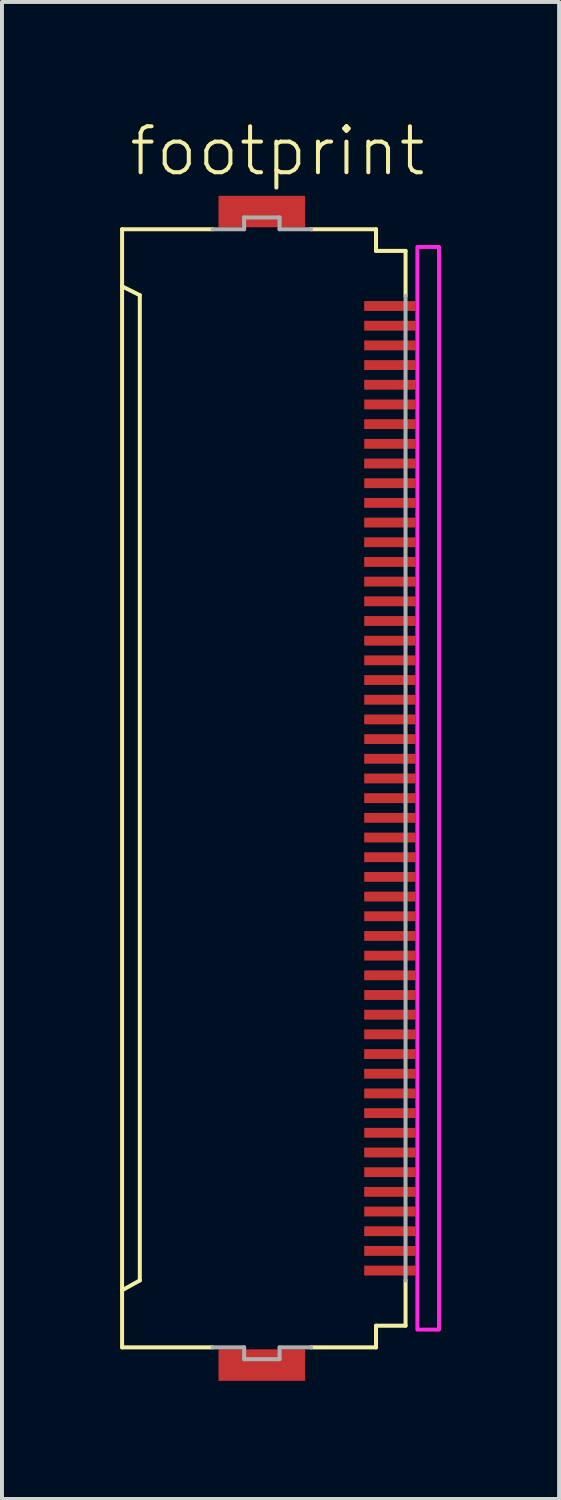
<source format=kicad_pcb>
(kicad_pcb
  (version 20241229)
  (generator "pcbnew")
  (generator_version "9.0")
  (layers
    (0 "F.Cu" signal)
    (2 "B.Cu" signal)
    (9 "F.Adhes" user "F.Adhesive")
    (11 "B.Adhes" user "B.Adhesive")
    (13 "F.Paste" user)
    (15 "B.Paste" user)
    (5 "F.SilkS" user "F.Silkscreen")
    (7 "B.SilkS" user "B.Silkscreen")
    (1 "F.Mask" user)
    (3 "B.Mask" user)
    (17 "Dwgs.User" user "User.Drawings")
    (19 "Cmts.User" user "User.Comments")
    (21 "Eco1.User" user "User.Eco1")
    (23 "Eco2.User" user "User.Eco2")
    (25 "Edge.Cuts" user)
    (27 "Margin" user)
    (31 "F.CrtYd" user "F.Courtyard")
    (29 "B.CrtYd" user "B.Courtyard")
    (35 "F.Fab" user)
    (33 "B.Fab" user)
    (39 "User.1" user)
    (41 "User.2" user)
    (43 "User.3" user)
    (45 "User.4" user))
  (footprint "footprint"
    (layer "F.Cu")
    (at 3.676 16.973)
    (property "Reference" "footprint" (at -3.5 -15.5 0) (layer "F.SilkS") (effects (font (size 1.168 1.168) (thickness 0.102)) (justify left bottom)))
    (fp_poly (pts (xy 2.475 -12.075) (xy 3.875 -12.075) (xy 3.875 -12.425) (xy 2.475 -12.425)) (stroke (width 0) (type solid)) (fill yes) (layer "F.Mask"))
    (fp_poly (pts (xy 2.475 -11.575) (xy 3.875 -11.575) (xy 3.875 -11.925) (xy 2.475 -11.925)) (stroke (width 0) (type solid)) (fill yes) (layer "F.Mask"))
    (fp_poly (pts (xy 2.475 -11.075) (xy 3.875 -11.075) (xy 3.875 -11.425) (xy 2.475 -11.425)) (stroke (width 0) (type solid)) (fill yes) (layer "F.Mask"))
    (fp_poly (pts (xy 2.475 -10.575) (xy 3.875 -10.575) (xy 3.875 -10.925) (xy 2.475 -10.925)) (stroke (width 0) (type solid)) (fill yes) (layer "F.Mask"))
    (fp_poly (pts (xy 2.475 -10.075) (xy 3.875 -10.075) (xy 3.875 -10.425) (xy 2.475 -10.425)) (stroke (width 0) (type solid)) (fill yes) (layer "F.Mask"))
    (fp_poly (pts (xy 2.475 -9.575) (xy 3.875 -9.575) (xy 3.875 -9.925) (xy 2.475 -9.925)) (stroke (width 0) (type solid)) (fill yes) (layer "F.Mask"))
    (fp_poly (pts (xy 2.475 -9.075) (xy 3.875 -9.075) (xy 3.875 -9.425) (xy 2.475 -9.425)) (stroke (width 0) (type solid)) (fill yes) (layer "F.Mask"))
    (fp_poly (pts (xy 2.475 -8.575) (xy 3.875 -8.575) (xy 3.875 -8.925) (xy 2.475 -8.925)) (stroke (width 0) (type solid)) (fill yes) (layer "F.Mask"))
    (fp_poly (pts (xy 2.475 -8.075) (xy 3.875 -8.075) (xy 3.875 -8.425) (xy 2.475 -8.425)) (stroke (width 0) (type solid)) (fill yes) (layer "F.Mask"))
    (fp_poly (pts (xy 2.475 -7.575) (xy 3.875 -7.575) (xy 3.875 -7.925) (xy 2.475 -7.925)) (stroke (width 0) (type solid)) (fill yes) (layer "F.Mask"))
    (fp_poly (pts (xy 2.475 -7.075) (xy 3.875 -7.075) (xy 3.875 -7.425) (xy 2.475 -7.425)) (stroke (width 0) (type solid)) (fill yes) (layer "F.Mask"))
    (fp_poly (pts (xy 2.475 -6.575) (xy 3.875 -6.575) (xy 3.875 -6.925) (xy 2.475 -6.925)) (stroke (width 0) (type solid)) (fill yes) (layer "F.Mask"))
    (fp_poly (pts (xy 2.475 -6.075) (xy 3.875 -6.075) (xy 3.875 -6.425) (xy 2.475 -6.425)) (stroke (width 0) (type solid)) (fill yes) (layer "F.Mask"))
    (fp_poly (pts (xy 2.475 -5.575) (xy 3.875 -5.575) (xy 3.875 -5.925) (xy 2.475 -5.925)) (stroke (width 0) (type solid)) (fill yes) (layer "F.Mask"))
    (fp_poly (pts (xy 2.475 -5.075) (xy 3.875 -5.075) (xy 3.875 -5.425) (xy 2.475 -5.425)) (stroke (width 0) (type solid)) (fill yes) (layer "F.Mask"))
    (fp_poly (pts (xy 2.475 -4.575) (xy 3.875 -4.575) (xy 3.875 -4.925) (xy 2.475 -4.925)) (stroke (width 0) (type solid)) (fill yes) (layer "F.Mask"))
    (fp_poly (pts (xy 2.475 -4.075) (xy 3.875 -4.075) (xy 3.875 -4.425) (xy 2.475 -4.425)) (stroke (width 0) (type solid)) (fill yes) (layer "F.Mask"))
    (fp_poly (pts (xy 2.475 -3.575) (xy 3.875 -3.575) (xy 3.875 -3.925) (xy 2.475 -3.925)) (stroke (width 0) (type solid)) (fill yes) (layer "F.Mask"))
    (fp_poly (pts (xy 2.475 -3.075) (xy 3.875 -3.075) (xy 3.875 -3.425) (xy 2.475 -3.425)) (stroke (width 0) (type solid)) (fill yes) (layer "F.Mask"))
    (fp_poly (pts (xy 2.475 -2.575) (xy 3.875 -2.575) (xy 3.875 -2.925) (xy 2.475 -2.925)) (stroke (width 0) (type solid)) (fill yes) (layer "F.Mask"))
    (fp_poly (pts (xy 2.475 -2.075) (xy 3.875 -2.075) (xy 3.875 -2.425) (xy 2.475 -2.425)) (stroke (width 0) (type solid)) (fill yes) (layer "F.Mask"))
    (fp_poly (pts (xy 2.475 -1.575) (xy 3.875 -1.575) (xy 3.875 -1.925) (xy 2.475 -1.925)) (stroke (width 0) (type solid)) (fill yes) (layer "F.Mask"))
    (fp_poly (pts (xy 2.475 -1.075) (xy 3.875 -1.075) (xy 3.875 -1.425) (xy 2.475 -1.425)) (stroke (width 0) (type solid)) (fill yes) (layer "F.Mask"))
    (fp_poly (pts (xy 2.475 -0.575) (xy 3.875 -0.575) (xy 3.875 -0.925) (xy 2.475 -0.925)) (stroke (width 0) (type solid)) (fill yes) (layer "F.Mask"))
    (fp_poly (pts (xy 2.475 -0.075) (xy 3.875 -0.075) (xy 3.875 -0.425) (xy 2.475 -0.425)) (stroke (width 0) (type solid)) (fill yes) (layer "F.Mask"))
    (fp_poly (pts (xy 2.475 0.425) (xy 3.875 0.425) (xy 3.875 0.075) (xy 2.475 0.075)) (stroke (width 0) (type solid)) (fill yes) (layer "F.Mask"))
    (fp_poly (pts (xy 2.475 0.925) (xy 3.875 0.925) (xy 3.875 0.575) (xy 2.475 0.575)) (stroke (width 0) (type solid)) (fill yes) (layer "F.Mask"))
    (fp_poly (pts (xy 2.475 1.425) (xy 3.875 1.425) (xy 3.875 1.075) (xy 2.475 1.075)) (stroke (width 0) (type solid)) (fill yes) (layer "F.Mask"))
    (fp_poly (pts (xy 2.475 1.925) (xy 3.875 1.925) (xy 3.875 1.575) (xy 2.475 1.575)) (stroke (width 0) (type solid)) (fill yes) (layer "F.Mask"))
    (fp_poly (pts (xy 2.475 2.425) (xy 3.875 2.425) (xy 3.875 2.075) (xy 2.475 2.075)) (stroke (width 0) (type solid)) (fill yes) (layer "F.Mask"))
    (fp_poly (pts (xy 2.475 2.925) (xy 3.875 2.925) (xy 3.875 2.575) (xy 2.475 2.575)) (stroke (width 0) (type solid)) (fill yes) (layer "F.Mask"))
    (fp_poly (pts (xy 2.475 3.425) (xy 3.875 3.425) (xy 3.875 3.075) (xy 2.475 3.075)) (stroke (width 0) (type solid)) (fill yes) (layer "F.Mask"))
    (fp_poly (pts (xy 2.475 3.925) (xy 3.875 3.925) (xy 3.875 3.575) (xy 2.475 3.575)) (stroke (width 0) (type solid)) (fill yes) (layer "F.Mask"))
    (fp_poly (pts (xy 2.475 4.425) (xy 3.875 4.425) (xy 3.875 4.075) (xy 2.475 4.075)) (stroke (width 0) (type solid)) (fill yes) (layer "F.Mask"))
    (fp_poly (pts (xy 2.475 4.925) (xy 3.875 4.925) (xy 3.875 4.575) (xy 2.475 4.575)) (stroke (width 0) (type solid)) (fill yes) (layer "F.Mask"))
    (fp_poly (pts (xy 2.475 5.425) (xy 3.875 5.425) (xy 3.875 5.075) (xy 2.475 5.075)) (stroke (width 0) (type solid)) (fill yes) (layer "F.Mask"))
    (fp_poly (pts (xy 2.475 5.925) (xy 3.875 5.925) (xy 3.875 5.575) (xy 2.475 5.575)) (stroke (width 0) (type solid)) (fill yes) (layer "F.Mask"))
    (fp_poly (pts (xy 2.475 6.425) (xy 3.875 6.425) (xy 3.875 6.075) (xy 2.475 6.075)) (stroke (width 0) (type solid)) (fill yes) (layer "F.Mask"))
    (fp_poly (pts (xy 2.475 6.925) (xy 3.875 6.925) (xy 3.875 6.575) (xy 2.475 6.575)) (stroke (width 0) (type solid)) (fill yes) (layer "F.Mask"))
    (fp_poly (pts (xy 2.475 7.425) (xy 3.875 7.425) (xy 3.875 7.075) (xy 2.475 7.075)) (stroke (width 0) (type solid)) (fill yes) (layer "F.Mask"))
    (fp_poly (pts (xy 2.475 7.925) (xy 3.875 7.925) (xy 3.875 7.575) (xy 2.475 7.575)) (stroke (width 0) (type solid)) (fill yes) (layer "F.Mask"))
    (fp_poly (pts (xy 2.475 8.425) (xy 3.875 8.425) (xy 3.875 8.075) (xy 2.475 8.075)) (stroke (width 0) (type solid)) (fill yes) (layer "F.Mask"))
    (fp_poly (pts (xy 2.475 8.925) (xy 3.875 8.925) (xy 3.875 8.575) (xy 2.475 8.575)) (stroke (width 0) (type solid)) (fill yes) (layer "F.Mask"))
    (fp_poly (pts (xy 2.475 9.425) (xy 3.875 9.425) (xy 3.875 9.075) (xy 2.475 9.075)) (stroke (width 0) (type solid)) (fill yes) (layer "F.Mask"))
    (fp_poly (pts (xy 2.475 9.925) (xy 3.875 9.925) (xy 3.875 9.575) (xy 2.475 9.575)) (stroke (width 0) (type solid)) (fill yes) (layer "F.Mask"))
    (fp_poly (pts (xy 2.475 10.425) (xy 3.875 10.425) (xy 3.875 10.075) (xy 2.475 10.075)) (stroke (width 0) (type solid)) (fill yes) (layer "F.Mask"))
    (fp_poly (pts (xy 2.475 10.925) (xy 3.875 10.925) (xy 3.875 10.575) (xy 2.475 10.575)) (stroke (width 0) (type solid)) (fill yes) (layer "F.Mask"))
    (fp_poly (pts (xy 2.475 11.425) (xy 3.875 11.425) (xy 3.875 11.075) (xy 2.475 11.075)) (stroke (width 0) (type solid)) (fill yes) (layer "F.Mask"))
    (fp_poly (pts (xy 2.475 11.925) (xy 3.875 11.925) (xy 3.875 11.575) (xy 2.475 11.575)) (stroke (width 0) (type solid)) (fill yes) (layer "F.Mask"))
    (fp_poly (pts (xy 2.475 12.425) (xy 3.875 12.425) (xy 3.875 12.075) (xy 2.475 12.075)) (stroke (width 0) (type solid)) (fill yes) (layer "F.Mask"))
    (fp_line (start -3.625 -14.2) (end -1.325 -14.2) (stroke (width 0.102) (type solid)) (layer "F.SilkS"))
    (fp_line (start -3.625 -12.75) (end -3.625 -14.2) (stroke (width 0.102) (type solid)) (layer "F.SilkS"))
    (fp_line (start -3.625 -12.75) (end -3.625 12.75) (stroke (width 0.102) (type solid)) (layer "F.SilkS"))
    (fp_line (start -3.625 12.75) (end -3.175 12.5) (stroke (width 0.102) (type solid)) (layer "F.SilkS"))
    (fp_line (start -3.625 14.2) (end -3.625 12.75) (stroke (width 0.102) (type solid)) (layer "F.SilkS"))
    (fp_line (start -3.175 -12.525) (end -3.625 -12.75) (stroke (width 0.102) (type solid)) (layer "F.SilkS"))
    (fp_line (start -3.175 12.5) (end -3.175 -12.525) (stroke (width 0.102) (type solid)) (layer "F.SilkS"))
    (fp_line (start -1.325 14.2) (end -3.625 14.2) (stroke (width 0.102) (type solid)) (layer "F.SilkS"))
    (fp_line (start 1.175 -14.2) (end 2.825 -14.2) (stroke (width 0.102) (type solid)) (layer "F.SilkS"))
    (fp_line (start 1.175 14.2) (end 2.825 14.2) (stroke (width 0.102) (type solid)) (layer "F.SilkS"))
    (fp_line (start 2.825 -14.2) (end 2.825 -13.65) (stroke (width 0.102) (type solid)) (layer "F.SilkS"))
    (fp_line (start 2.825 -13.65) (end 3.575 -13.65) (stroke (width 0.102) (type solid)) (layer "F.SilkS"))
    (fp_line (start 2.825 13.65) (end 2.825 14.2) (stroke (width 0.102) (type solid)) (layer "F.SilkS"))
    (fp_line (start 2.825 13.65) (end 3.575 13.65) (stroke (width 0.102) (type solid)) (layer "F.SilkS"))
    (fp_line (start 3.575 -13.65) (end 3.575 -12.5) (stroke (width 0.102) (type solid)) (layer "F.SilkS"))
    (fp_line (start 3.575 12.5) (end 3.575 13.65) (stroke (width 0.102) (type solid)) (layer "F.SilkS"))
    (fp_poly (pts (xy 3.875 13.75) (xy 4.425 13.75) (xy 4.425 -13.75) (xy 3.875 -13.75)) (stroke (width 0.1) (type solid)) (fill no) (layer "F.CrtYd"))
    (fp_line (start -1.325 -14.2) (end -0.525 -14.2) (stroke (width 0.102) (type solid)) (layer "F.Fab"))
    (fp_line (start -0.525 -14.5) (end 0.375 -14.5) (stroke (width 0.102) (type solid)) (layer "F.Fab"))
    (fp_line (start -0.525 -14.2) (end -0.525 -14.5) (stroke (width 0.102) (type solid)) (layer "F.Fab"))
    (fp_line (start -0.525 14.2) (end -1.325 14.2) (stroke (width 0.102) (type solid)) (layer "F.Fab"))
    (fp_line (start -0.525 14.5) (end -0.525 14.2) (stroke (width 0.102) (type solid)) (layer "F.Fab"))
    (fp_line (start 0.375 -14.5) (end 0.375 -14.2) (stroke (width 0.102) (type solid)) (layer "F.Fab"))
    (fp_line (start 0.375 -14.2) (end 1.175 -14.2) (stroke (width 0.102) (type solid)) (layer "F.Fab"))
    (fp_line (start 0.375 14.2) (end 0.375 14.5) (stroke (width 0.102) (type solid)) (layer "F.Fab"))
    (fp_line (start 0.375 14.5) (end -0.525 14.5) (stroke (width 0.102) (type solid)) (layer "F.Fab"))
    (fp_line (start 1.175 14.2) (end 0.375 14.2) (stroke (width 0.102) (type solid)) (layer "F.Fab"))
    (fp_line (start 3.575 -12.5) (end 3.575 12.5) (stroke (width 0.102) (type solid)) (layer "F.Fab"))
    (pad "1" smd rect (at 3.175 -12.25) (size 1.3 0.25) (layers "F.Cu" "F.Paste"))
    (pad "2" smd rect (at 3.175 -11.75) (size 1.3 0.25) (layers "F.Cu" "F.Paste"))
    (pad "3" smd rect (at 3.175 -11.25) (size 1.3 0.25) (layers "F.Cu" "F.Paste"))
    (pad "4" smd rect (at 3.175 -10.75) (size 1.3 0.25) (layers "F.Cu" "F.Paste"))
    (pad "5" smd rect (at 3.175 -10.25) (size 1.3 0.25) (layers "F.Cu" "F.Paste"))
    (pad "6" smd rect (at 3.175 -9.75) (size 1.3 0.25) (layers "F.Cu" "F.Paste"))
    (pad "7" smd rect (at 3.175 -9.25) (size 1.3 0.25) (layers "F.Cu" "F.Paste"))
    (pad "8" smd rect (at 3.175 -8.75) (size 1.3 0.25) (layers "F.Cu" "F.Paste"))
    (pad "9" smd rect (at 3.175 -8.25) (size 1.3 0.25) (layers "F.Cu" "F.Paste"))
    (pad "10" smd rect (at 3.175 -7.75) (size 1.3 0.25) (layers "F.Cu" "F.Paste"))
    (pad "11" smd rect (at 3.175 -7.25) (size 1.3 0.25) (layers "F.Cu" "F.Paste"))
    (pad "12" smd rect (at 3.175 -6.75) (size 1.3 0.25) (layers "F.Cu" "F.Paste"))
    (pad "13" smd rect (at 3.175 -6.25) (size 1.3 0.25) (layers "F.Cu" "F.Paste"))
    (pad "14" smd rect (at 3.175 -5.75) (size 1.3 0.25) (layers "F.Cu" "F.Paste"))
    (pad "15" smd rect (at 3.175 -5.25) (size 1.3 0.25) (layers "F.Cu" "F.Paste"))
    (pad "16" smd rect (at 3.175 -4.75) (size 1.3 0.25) (layers "F.Cu" "F.Paste"))
    (pad "17" smd rect (at 3.175 -4.25) (size 1.3 0.25) (layers "F.Cu" "F.Paste"))
    (pad "18" smd rect (at 3.175 -3.75) (size 1.3 0.25) (layers "F.Cu" "F.Paste"))
    (pad "19" smd rect (at 3.175 -3.25) (size 1.3 0.25) (layers "F.Cu" "F.Paste"))
    (pad "20" smd rect (at 3.175 -2.75) (size 1.3 0.25) (layers "F.Cu" "F.Paste"))
    (pad "21" smd rect (at 3.175 -2.25) (size 1.3 0.25) (layers "F.Cu" "F.Paste"))
    (pad "22" smd rect (at 3.175 -1.75) (size 1.3 0.25) (layers "F.Cu" "F.Paste"))
    (pad "23" smd rect (at 3.175 -1.25) (size 1.3 0.25) (layers "F.Cu" "F.Paste"))
    (pad "24" smd rect (at 3.175 -0.75) (size 1.3 0.25) (layers "F.Cu" "F.Paste"))
    (pad "25" smd rect (at 3.175 -0.25) (size 1.3 0.25) (layers "F.Cu" "F.Paste"))
    (pad "26" smd rect (at 3.175 0.25) (size 1.3 0.25) (layers "F.Cu" "F.Paste"))
    (pad "27" smd rect (at 3.175 0.75) (size 1.3 0.25) (layers "F.Cu" "F.Paste"))
    (pad "28" smd rect (at 3.175 1.25) (size 1.3 0.25) (layers "F.Cu" "F.Paste"))
    (pad "29" smd rect (at 3.175 1.75) (size 1.3 0.25) (layers "F.Cu" "F.Paste"))
    (pad "30" smd rect (at 3.175 2.25) (size 1.3 0.25) (layers "F.Cu" "F.Paste"))
    (pad "31" smd rect (at 3.175 2.75) (size 1.3 0.25) (layers "F.Cu" "F.Paste"))
    (pad "32" smd rect (at 3.175 3.25) (size 1.3 0.25) (layers "F.Cu" "F.Paste"))
    (pad "33" smd rect (at 3.175 3.75) (size 1.3 0.25) (layers "F.Cu" "F.Paste"))
    (pad "34" smd rect (at 3.175 4.25) (size 1.3 0.25) (layers "F.Cu" "F.Paste"))
    (pad "35" smd rect (at 3.175 4.75) (size 1.3 0.25) (layers "F.Cu" "F.Paste"))
    (pad "36" smd rect (at 3.175 5.25) (size 1.3 0.25) (layers "F.Cu" "F.Paste"))
    (pad "37" smd rect (at 3.175 5.75) (size 1.3 0.25) (layers "F.Cu" "F.Paste"))
    (pad "38" smd rect (at 3.175 6.25) (size 1.3 0.25) (layers "F.Cu" "F.Paste"))
    (pad "39" smd rect (at 3.175 6.75) (size 1.3 0.25) (layers "F.Cu" "F.Paste"))
    (pad "40" smd rect (at 3.175 7.25) (size 1.3 0.25) (layers "F.Cu" "F.Paste"))
    (pad "41" smd rect (at 3.175 7.75) (size 1.3 0.25) (layers "F.Cu" "F.Paste"))
    (pad "42" smd rect (at 3.175 8.25) (size 1.3 0.25) (layers "F.Cu" "F.Paste"))
    (pad "43" smd rect (at 3.175 8.75) (size 1.3 0.25) (layers "F.Cu" "F.Paste"))
    (pad "44" smd rect (at 3.175 9.25) (size 1.3 0.25) (layers "F.Cu" "F.Paste"))
    (pad "45" smd rect (at 3.175 9.75) (size 1.3 0.25) (layers "F.Cu" "F.Paste"))
    (pad "46" smd rect (at 3.175 10.25) (size 1.3 0.25) (layers "F.Cu" "F.Paste"))
    (pad "47" smd rect (at 3.175 10.75) (size 1.3 0.25) (layers "F.Cu" "F.Paste"))
    (pad "48" smd rect (at 3.175 11.25) (size 1.3 0.25) (layers "F.Cu" "F.Paste"))
    (pad "49" smd rect (at 3.175 11.75) (size 1.3 0.25) (layers "F.Cu" "F.Paste"))
    (pad "50" smd rect (at 3.175 12.25) (size 1.3 0.25) (layers "F.Cu" "F.Paste"))
    (pad "M1" smd rect (at -0.075 -14.65) (size 2.2 0.8) (layers "F.Cu" "F.Mask" "F.Paste"))
    (pad "M2" smd rect (at -0.075 14.65) (size 2.2 0.8) (layers "F.Cu" "F.Mask" "F.Paste"))
    (zone (net_name "") (layers "F.Cu" "B.Cu") (hatch edge 0.508) (connect_pads) (min_thickness 0.254) (filled_areas_thickness no) (keepout (tracks allowed) (vias not_allowed) (pads allowed) (copperpour allowed) (footprints allowed)) (placement (enabled no)) (fill) (polygon (pts (xy 3.901 29.473) (xy 6.151 29.473) (xy 6.151 4.473) (xy 3.901 4.473)))))
  (gr_rect
    (start -3 -3)
    (end 11.151 35.023)
    (stroke (width 0.1) (type default))
    (fill no)
    (layer "Edge.Cuts")))
</source>
